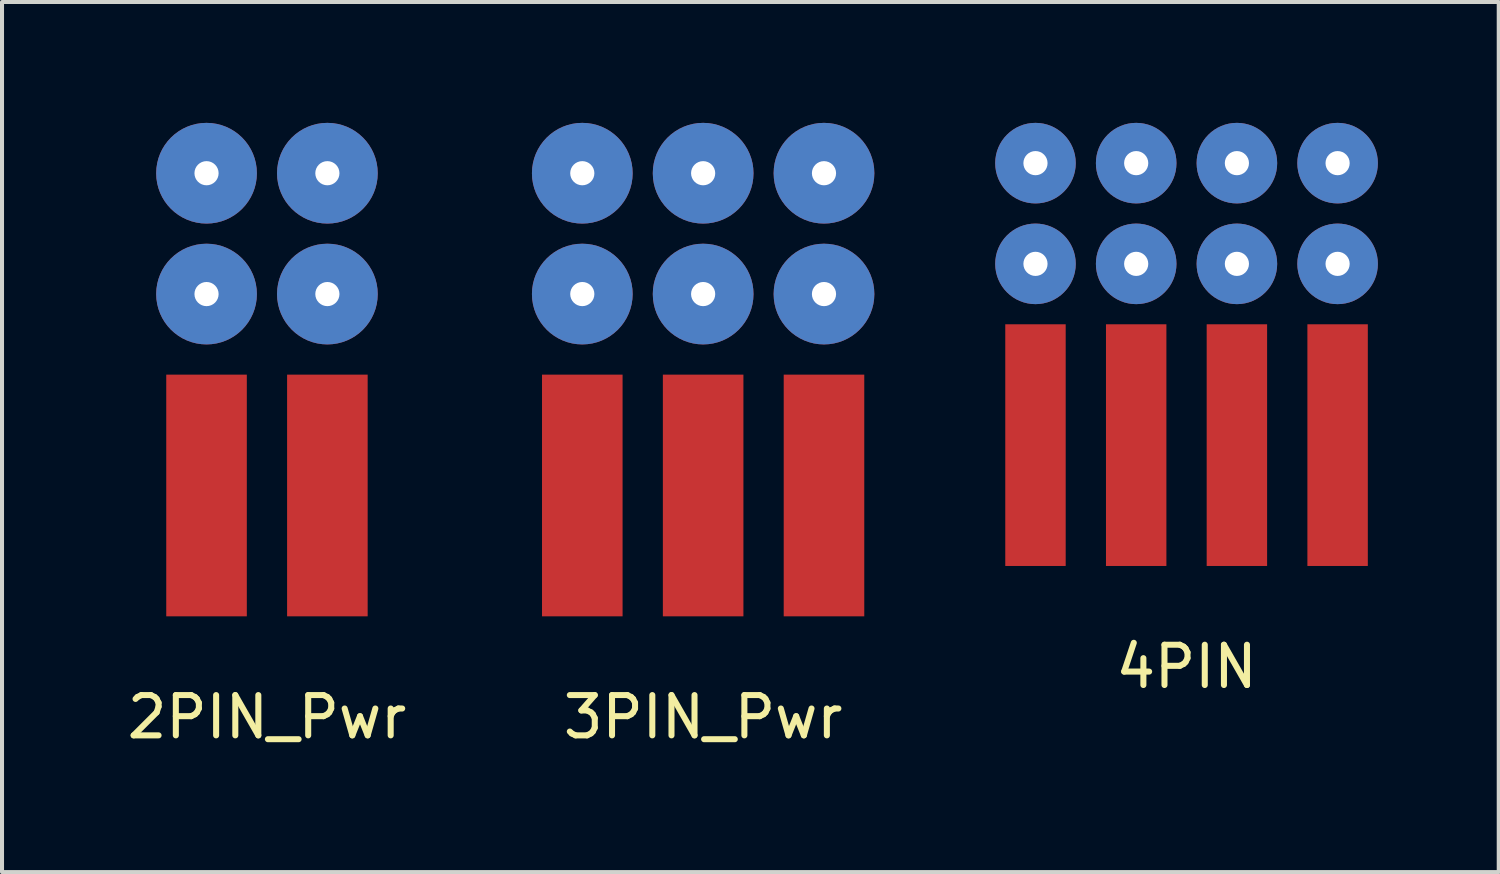
<source format=kicad_pcb>
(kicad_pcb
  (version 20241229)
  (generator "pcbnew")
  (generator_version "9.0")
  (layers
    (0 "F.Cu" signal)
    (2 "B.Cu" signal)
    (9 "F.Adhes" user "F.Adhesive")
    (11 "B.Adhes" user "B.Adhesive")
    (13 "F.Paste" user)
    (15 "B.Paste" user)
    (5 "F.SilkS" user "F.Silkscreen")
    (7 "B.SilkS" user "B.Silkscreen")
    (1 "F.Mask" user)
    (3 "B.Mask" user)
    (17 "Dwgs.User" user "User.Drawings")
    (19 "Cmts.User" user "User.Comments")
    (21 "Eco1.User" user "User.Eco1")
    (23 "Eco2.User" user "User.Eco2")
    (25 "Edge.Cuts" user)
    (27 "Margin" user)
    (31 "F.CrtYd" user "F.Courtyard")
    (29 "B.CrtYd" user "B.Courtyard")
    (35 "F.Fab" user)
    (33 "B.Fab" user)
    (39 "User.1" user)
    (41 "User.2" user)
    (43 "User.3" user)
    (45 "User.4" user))
  (footprint "2PIN_Pwr"
    (layer "F.Cu")
    (at 3.577 9.25)
    (property "Reference" "2PIN_Pwr" (at 0 5.5 0) (layer "F.SilkS") (effects (font (size 1 1) (thickness 0.15))))
    (attr through_hole)
    (pad "" np_thru_hole circle (at -1.5 -8) (size 2.5 2.5) (drill 0.6) (layers "*.Cu" "*.Mask"))
    (pad "" np_thru_hole circle (at -1.5 -5) (size 2.5 2.5) (drill 0.6) (layers "*.Cu" "*.Mask"))
    (pad "" np_thru_hole circle (at 1.5 -8) (size 2.5 2.5) (drill 0.6) (layers "*.Cu" "*.Mask"))
    (pad "" np_thru_hole circle (at 1.5 -5) (size 2.5 2.5) (drill 0.6) (layers "*.Cu" "*.Mask"))
    (pad "1" connect rect (at -1.5 0) (size 2 6) (layers "F.Cu" "F.Mask"))
    (pad "2" connect rect (at 1.5 0) (size 2 6) (layers "F.Cu" "F.Mask")))
  (footprint "4PIN"
    (layer "F.Cu")
    (at 26.405 8)
    (property "Reference" "4PIN" (at 0 5.5 0) (layer "F.SilkS") (effects (font (size 1 1) (thickness 0.15))))
    (attr through_hole)
    (pad "" np_thru_hole circle (at -3.75 -7) (size 2 2) (drill 0.6) (layers "*.Cu" "*.Mask"))
    (pad "" np_thru_hole circle (at -3.75 -4.5) (size 2 2) (drill 0.6) (layers "*.Cu" "*.Mask"))
    (pad "" np_thru_hole circle (at -1.25 -7) (size 2 2) (drill 0.6) (layers "*.Cu" "*.Mask"))
    (pad "" np_thru_hole circle (at -1.25 -4.5) (size 2 2) (drill 0.6) (layers "*.Cu" "*.Mask"))
    (pad "" np_thru_hole circle (at 1.25 -7) (size 2 2) (drill 0.6) (layers "*.Cu" "*.Mask"))
    (pad "" np_thru_hole circle (at 1.25 -4.5) (size 2 2) (drill 0.6) (layers "*.Cu" "*.Mask"))
    (pad "" np_thru_hole circle (at 3.75 -7) (size 2 2) (drill 0.6) (layers "*.Cu" "*.Mask"))
    (pad "" np_thru_hole circle (at 3.75 -4.5) (size 2 2) (drill 0.6) (layers "*.Cu" "*.Mask"))
    (pad "1" connect rect (at -3.75 0) (size 1.5 6) (layers "F.Cu" "F.Mask"))
    (pad "2" connect rect (at -1.25 0) (size 1.5 6) (layers "F.Cu" "F.Mask"))
    (pad "3" connect rect (at 1.25 0) (size 1.5 6) (layers "F.Cu" "F.Mask"))
    (pad "4" connect rect (at 3.75 0) (size 1.5 6) (layers "F.Cu" "F.Mask")))
  (footprint "3PIN_Pwr"
    (layer "F.Cu")
    (at 14.405 9.25)
    (property "Reference" "3PIN_Pwr" (at 0 5.5 0) (layer "F.SilkS") (effects (font (size 1 1) (thickness 0.15))))
    (attr through_hole)
    (pad "" np_thru_hole circle (at -3 -8) (size 2.5 2.5) (drill 0.6) (layers "*.Cu" "*.Mask"))
    (pad "" np_thru_hole circle (at -3 -5) (size 2.5 2.5) (drill 0.6) (layers "*.Cu" "*.Mask"))
    (pad "" np_thru_hole circle (at 0 -8) (size 2.5 2.5) (drill 0.6) (layers "*.Cu" "*.Mask"))
    (pad "" np_thru_hole circle (at 0 -5) (size 2.5 2.5) (drill 0.6) (layers "*.Cu" "*.Mask"))
    (pad "" np_thru_hole circle (at 3 -8) (size 2.5 2.5) (drill 0.6) (layers "*.Cu" "*.Mask"))
    (pad "" np_thru_hole circle (at 3 -5) (size 2.5 2.5) (drill 0.6) (layers "*.Cu" "*.Mask"))
    (pad "1" connect rect (at -3 0) (size 2 6) (layers "F.Cu" "F.Mask"))
    (pad "2" connect rect (at 0 0) (size 2 6) (layers "F.Cu" "F.Mask"))
    (pad "3" connect rect (at 3 0) (size 2 6) (layers "F.Cu" "F.Mask")))
  (gr_rect
    (start -3 -3)
    (end 34.155 18.598)
    (stroke (width 0.1) (type default))
    (fill no)
    (layer "Edge.Cuts")))
</source>
